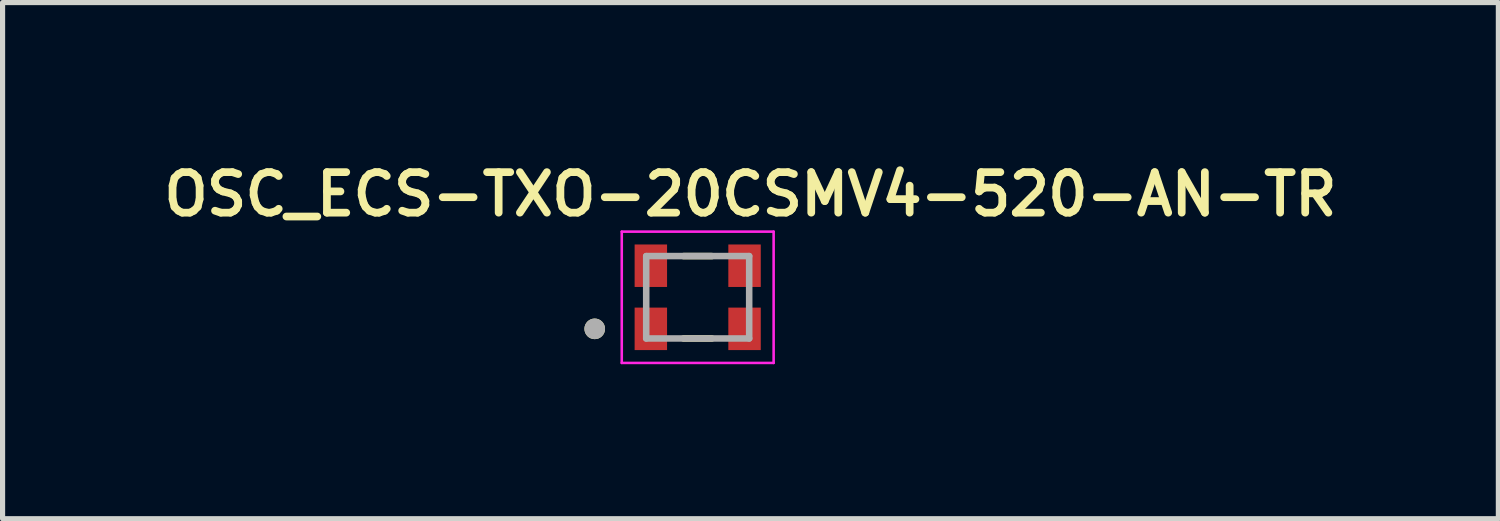
<source format=kicad_pcb>
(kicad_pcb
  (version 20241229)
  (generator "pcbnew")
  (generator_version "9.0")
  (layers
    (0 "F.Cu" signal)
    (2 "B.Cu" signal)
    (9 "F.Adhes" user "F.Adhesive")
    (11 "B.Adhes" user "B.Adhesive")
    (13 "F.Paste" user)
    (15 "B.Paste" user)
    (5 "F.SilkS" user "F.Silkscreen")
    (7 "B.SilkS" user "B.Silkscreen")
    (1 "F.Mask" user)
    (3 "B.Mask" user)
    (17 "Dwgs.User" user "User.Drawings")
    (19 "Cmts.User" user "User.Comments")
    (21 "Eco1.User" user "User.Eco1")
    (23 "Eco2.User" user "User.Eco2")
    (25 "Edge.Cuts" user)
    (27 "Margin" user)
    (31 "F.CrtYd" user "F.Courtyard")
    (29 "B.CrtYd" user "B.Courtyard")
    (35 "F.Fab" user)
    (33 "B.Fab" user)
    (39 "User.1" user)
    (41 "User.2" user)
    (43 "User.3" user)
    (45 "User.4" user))
  (footprint "OSC_ECS-TXO-20CSMV4-520-AN-TR"
    (layer "F.Cu")
    (at 10.501 2.724)
    (property "Reference" "OSC_ECS-TXO-20CSMV4-520-AN-TR" (at 1.025 -2 0) (layer "F.SilkS") (effects (font (size 0.787 0.787) (thickness 0.15))))
    (attr smd)
    (fp_line (start -0.275 -0.8) (end 0.275 -0.8) (stroke (width 0.127) (type solid)) (layer "F.SilkS"))
    (fp_line (start 0.275 0.8) (end -0.275 0.8) (stroke (width 0.127) (type solid)) (layer "F.SilkS"))
    (fp_circle (center -2 0.613) (end -1.9 0.613) (stroke (width 0.2) (type solid)) (fill no) (layer "F.SilkS"))
    (fp_line (start -1.475 -1.275) (end -1.475 1.275) (stroke (width 0.05) (type solid)) (layer "F.CrtYd"))
    (fp_line (start -1.475 1.275) (end 1.475 1.275) (stroke (width 0.05) (type solid)) (layer "F.CrtYd"))
    (fp_line (start 1.475 -1.275) (end -1.475 -1.275) (stroke (width 0.05) (type solid)) (layer "F.CrtYd"))
    (fp_line (start 1.475 1.275) (end 1.475 -1.275) (stroke (width 0.05) (type solid)) (layer "F.CrtYd"))
    (fp_line (start -1 -0.8) (end 1 -0.8) (stroke (width 0.127) (type solid)) (layer "F.Fab"))
    (fp_line (start -1 0.8) (end -1 -0.8) (stroke (width 0.127) (type solid)) (layer "F.Fab"))
    (fp_line (start 1 -0.8) (end 1 0.8) (stroke (width 0.127) (type solid)) (layer "F.Fab"))
    (fp_line (start 1 0.8) (end -1 0.8) (stroke (width 0.127) (type solid)) (layer "F.Fab"))
    (fp_circle (center -2 0.613) (end -1.9 0.613) (stroke (width 0.2) (type solid)) (fill no) (layer "F.Fab"))
    (pad "1" smd rect (at -0.91 0.613) (size 0.63 0.825) (layers "F.Cu" "F.Mask" "F.Paste"))
    (pad "2" smd rect (at 0.91 0.613) (size 0.63 0.825) (layers "F.Cu" "F.Mask" "F.Paste"))
    (pad "3" smd rect (at 0.91 -0.613) (size 0.63 0.825) (layers "F.Cu" "F.Mask" "F.Paste"))
    (pad "4" smd rect (at -0.91 -0.613) (size 0.63 0.825) (layers "F.Cu" "F.Mask" "F.Paste")))
  (gr_rect
    (start -3 -3)
    (end 26.052 7.024)
    (stroke (width 0.1) (type default))
    (fill no)
    (layer "Edge.Cuts")))
</source>
